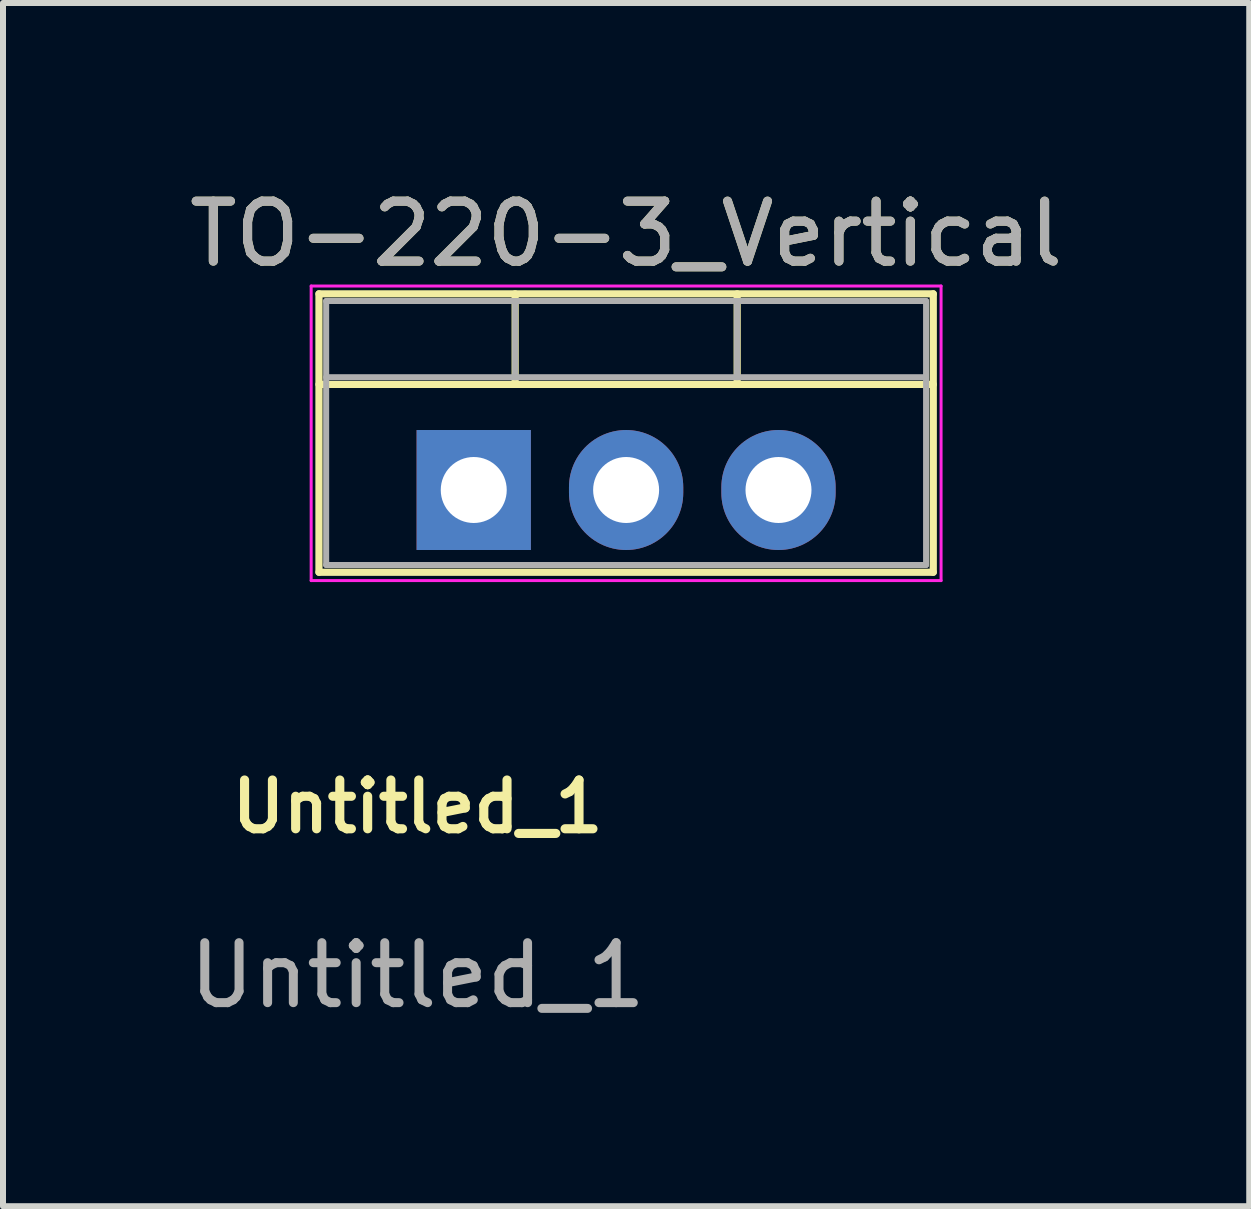
<source format=kicad_pcb>
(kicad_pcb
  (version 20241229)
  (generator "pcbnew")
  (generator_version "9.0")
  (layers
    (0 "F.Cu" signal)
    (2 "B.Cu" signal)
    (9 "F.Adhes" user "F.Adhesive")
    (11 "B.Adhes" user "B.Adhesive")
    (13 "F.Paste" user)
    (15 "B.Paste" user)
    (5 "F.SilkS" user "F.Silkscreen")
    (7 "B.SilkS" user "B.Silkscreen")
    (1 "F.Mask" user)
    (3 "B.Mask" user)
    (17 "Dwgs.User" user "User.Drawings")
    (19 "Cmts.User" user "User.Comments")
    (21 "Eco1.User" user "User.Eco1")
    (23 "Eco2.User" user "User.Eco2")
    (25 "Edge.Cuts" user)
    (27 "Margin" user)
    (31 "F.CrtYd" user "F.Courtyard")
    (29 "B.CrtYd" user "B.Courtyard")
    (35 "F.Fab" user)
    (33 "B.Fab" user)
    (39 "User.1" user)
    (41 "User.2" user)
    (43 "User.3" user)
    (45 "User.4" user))
  (footprint "Untitled_1"
    (layer "F.Cu")
    (at 3.911 10.803)
    (property "Reference" "Untitled_1" (at 0 -0.406 0) (unlocked yes) (layer "F.SilkS") (effects (font (size 0.813 0.813) (thickness 0.152))))
    (attr through_hole)
    (fp_text user "${REFERENCE}" (at 0 2.406 0) (unlocked yes) (layer "F.Fab") (effects (font (size 1 1) (thickness 0.15)))))
  (footprint "TO-220-3_Vertical"
    (layer "F.Cu")
    (at 4.847 5.118)
    (property "Reference" "TO-220-3_Vertical" (at 2.54 -4.27 0) (layer "F.SilkS") (effects (font (size 1 1) (thickness 0.15))))
    (attr through_hole)
    (fp_line (start -2.58 -3.27) (end -2.58 1.371) (stroke (width 0.12) (type solid)) (layer "F.SilkS"))
    (fp_line (start -2.58 -3.27) (end 7.66 -3.27) (stroke (width 0.12) (type solid)) (layer "F.SilkS"))
    (fp_line (start -2.58 -1.76) (end 7.66 -1.76) (stroke (width 0.12) (type solid)) (layer "F.SilkS"))
    (fp_line (start -2.58 1.371) (end 7.66 1.371) (stroke (width 0.12) (type solid)) (layer "F.SilkS"))
    (fp_line (start 0.69 -3.27) (end 0.69 -1.76) (stroke (width 0.12) (type solid)) (layer "F.SilkS"))
    (fp_line (start 4.391 -3.27) (end 4.391 -1.76) (stroke (width 0.12) (type solid)) (layer "F.SilkS"))
    (fp_line (start 7.66 -3.27) (end 7.66 1.371) (stroke (width 0.12) (type solid)) (layer "F.SilkS"))
    (fp_line (start -2.71 -3.4) (end -2.71 1.51) (stroke (width 0.05) (type solid)) (layer "F.CrtYd"))
    (fp_line (start -2.71 1.51) (end 7.79 1.51) (stroke (width 0.05) (type solid)) (layer "F.CrtYd"))
    (fp_line (start 7.79 -3.4) (end -2.71 -3.4) (stroke (width 0.05) (type solid)) (layer "F.CrtYd"))
    (fp_line (start 7.79 1.51) (end 7.79 -3.4) (stroke (width 0.05) (type solid)) (layer "F.CrtYd"))
    (fp_line (start -2.46 -3.15) (end -2.46 1.25) (stroke (width 0.1) (type solid)) (layer "F.Fab"))
    (fp_line (start -2.46 -1.88) (end 7.54 -1.88) (stroke (width 0.1) (type solid)) (layer "F.Fab"))
    (fp_line (start -2.46 1.25) (end 7.54 1.25) (stroke (width 0.1) (type solid)) (layer "F.Fab"))
    (fp_line (start 0.69 -3.15) (end 0.69 -1.88) (stroke (width 0.1) (type solid)) (layer "F.Fab"))
    (fp_line (start 4.39 -3.15) (end 4.39 -1.88) (stroke (width 0.1) (type solid)) (layer "F.Fab"))
    (fp_line (start 7.54 -3.15) (end -2.46 -3.15) (stroke (width 0.1) (type solid)) (layer "F.Fab"))
    (fp_line (start 7.54 1.25) (end 7.54 -3.15) (stroke (width 0.1) (type solid)) (layer "F.Fab"))
    (fp_text user "${REFERENCE}" (at 2.54 -4.27 0) (layer "F.Fab") (effects (font (size 1 1) (thickness 0.15))))
    (pad "1" thru_hole oval (at 2.54 0) (size 1.905 2) (drill 1.1) (layers "*.Cu" "*.Mask"))
    (pad "2" thru_hole rect (at 0 0) (size 1.905 2) (drill 1.1) (layers "*.Cu" "*.Mask"))
    (pad "3" thru_hole oval (at 5.08 0) (size 1.905 2) (drill 1.1) (layers "*.Cu" "*.Mask")))
  (gr_rect
    (start -3 -3)
    (end 17.774 17.057)
    (stroke (width 0.1) (type default))
    (fill no)
    (layer "Edge.Cuts")))
</source>
